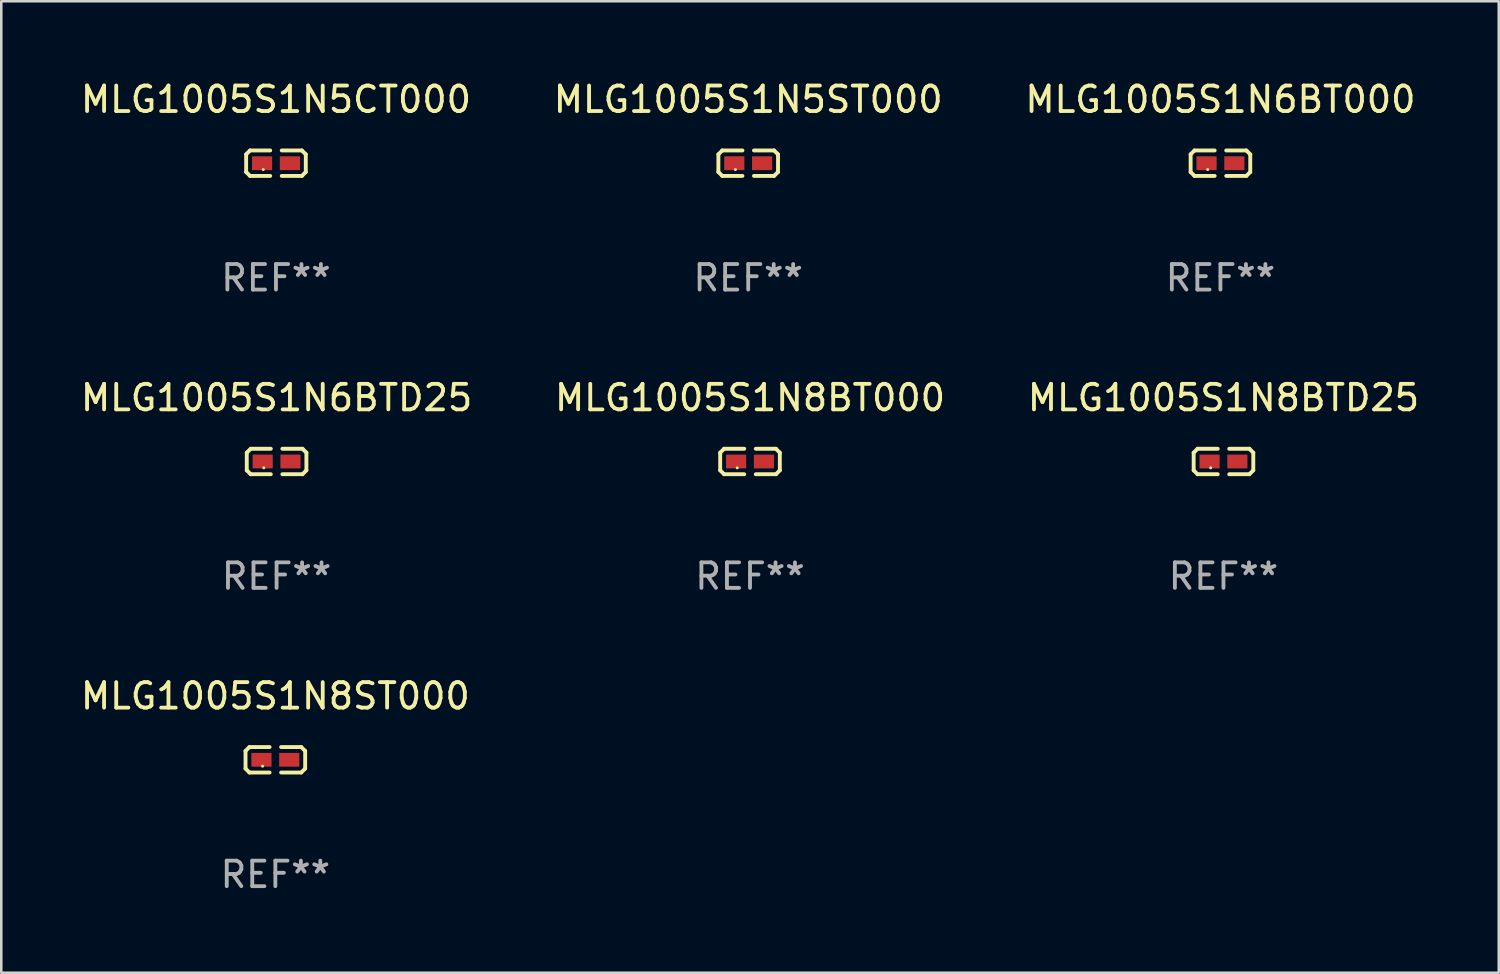
<source format=kicad_pcb>
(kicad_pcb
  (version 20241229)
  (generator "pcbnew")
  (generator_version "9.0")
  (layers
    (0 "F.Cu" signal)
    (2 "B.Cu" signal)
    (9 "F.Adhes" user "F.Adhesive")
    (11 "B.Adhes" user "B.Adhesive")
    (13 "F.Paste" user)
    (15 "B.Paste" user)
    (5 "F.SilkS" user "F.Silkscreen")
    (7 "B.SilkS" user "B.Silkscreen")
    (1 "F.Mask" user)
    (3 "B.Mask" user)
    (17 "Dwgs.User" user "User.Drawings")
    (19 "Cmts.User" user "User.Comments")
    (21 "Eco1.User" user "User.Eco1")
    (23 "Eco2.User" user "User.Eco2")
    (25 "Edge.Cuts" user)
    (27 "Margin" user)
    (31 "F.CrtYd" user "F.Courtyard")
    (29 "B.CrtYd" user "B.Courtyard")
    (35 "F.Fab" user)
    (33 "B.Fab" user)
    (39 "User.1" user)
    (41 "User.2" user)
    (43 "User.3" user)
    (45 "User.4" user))
  (footprint "MLG1005S1N6BTD25"
    (layer "F.Cu")
    (at 7.792 15.041)
    (property "Reference" "MLG1005S1N6BTD25" (at 0 -2.499 0) (layer "F.SilkS") (effects (font (size 1 1) (thickness 0.15))))
    (attr through_hole)
    (fp_line (start -1.169 -0.346) (end -1.016 -0.499) (stroke (width 0.152) (type solid)) (layer "F.SilkS"))
    (fp_line (start -1.169 0.346) (end -1.169 -0.346) (stroke (width 0.152) (type solid)) (layer "F.SilkS"))
    (fp_line (start -1.016 -0.499) (end -0.226 -0.499) (stroke (width 0.152) (type solid)) (layer "F.SilkS"))
    (fp_line (start -1.016 0.499) (end -1.169 0.346) (stroke (width 0.152) (type solid)) (layer "F.SilkS"))
    (fp_line (start -0.226 0.499) (end -1.016 0.499) (stroke (width 0.152) (type solid)) (layer "F.SilkS"))
    (fp_line (start 0.226 0.499) (end 1.016 0.499) (stroke (width 0.152) (type solid)) (layer "F.SilkS"))
    (fp_line (start 1.016 -0.499) (end 0.226 -0.499) (stroke (width 0.152) (type solid)) (layer "F.SilkS"))
    (fp_line (start 1.016 0.499) (end 1.169 0.346) (stroke (width 0.152) (type solid)) (layer "F.SilkS"))
    (fp_line (start 1.169 -0.346) (end 1.016 -0.499) (stroke (width 0.152) (type solid)) (layer "F.SilkS"))
    (fp_line (start 1.169 0.346) (end 1.169 -0.346) (stroke (width 0.152) (type solid)) (layer "F.SilkS"))
    (fp_circle (center -0.5 0.25) (end -0.47 0.25) (stroke (width 0.06) (type solid)) (fill no) (layer "F.SilkS"))
    (fp_text user "REF**" (at 0 4.499 0) (layer "F.Fab") (effects (font (size 1 1) (thickness 0.15))))
    (pad "1" smd rect (at -0.545 0) (size 0.79 0.54) (layers "F.Cu" "F.Mask" "F.Paste"))
    (pad "2" smd rect (at 0.545 0) (size 0.79 0.54) (layers "F.Cu" "F.Mask" "F.Paste")))
  (footprint "MLG1005S1N8BT000"
    (layer "F.Cu")
    (at 26.351 15.041)
    (property "Reference" "MLG1005S1N8BT000" (at 0 -2.499 0) (layer "F.SilkS") (effects (font (size 1 1) (thickness 0.15))))
    (attr through_hole)
    (fp_line (start -1.169 -0.346) (end -1.016 -0.499) (stroke (width 0.152) (type solid)) (layer "F.SilkS"))
    (fp_line (start -1.169 0.346) (end -1.169 -0.346) (stroke (width 0.152) (type solid)) (layer "F.SilkS"))
    (fp_line (start -1.016 -0.499) (end -0.226 -0.499) (stroke (width 0.152) (type solid)) (layer "F.SilkS"))
    (fp_line (start -1.016 0.499) (end -1.169 0.346) (stroke (width 0.152) (type solid)) (layer "F.SilkS"))
    (fp_line (start -0.226 0.499) (end -1.016 0.499) (stroke (width 0.152) (type solid)) (layer "F.SilkS"))
    (fp_line (start 0.226 0.499) (end 1.016 0.499) (stroke (width 0.152) (type solid)) (layer "F.SilkS"))
    (fp_line (start 1.016 -0.499) (end 0.226 -0.499) (stroke (width 0.152) (type solid)) (layer "F.SilkS"))
    (fp_line (start 1.016 0.499) (end 1.169 0.346) (stroke (width 0.152) (type solid)) (layer "F.SilkS"))
    (fp_line (start 1.169 -0.346) (end 1.016 -0.499) (stroke (width 0.152) (type solid)) (layer "F.SilkS"))
    (fp_line (start 1.169 0.346) (end 1.169 -0.346) (stroke (width 0.152) (type solid)) (layer "F.SilkS"))
    (fp_circle (center -0.5 0.25) (end -0.47 0.25) (stroke (width 0.06) (type solid)) (fill no) (layer "F.SilkS"))
    (fp_text user "REF**" (at 0 4.499 0) (layer "F.Fab") (effects (font (size 1 1) (thickness 0.15))))
    (pad "1" smd rect (at -0.545 0) (size 0.79 0.54) (layers "F.Cu" "F.Mask" "F.Paste"))
    (pad "2" smd rect (at 0.545 0) (size 0.79 0.54) (layers "F.Cu" "F.Mask" "F.Paste")))
  (footprint "MLG1005S1N5ST000"
    (layer "F.Cu")
    (at 26.28 3.347)
    (property "Reference" "MLG1005S1N5ST000" (at 0 -2.499 0) (layer "F.SilkS") (effects (font (size 1 1) (thickness 0.15))))
    (attr through_hole)
    (fp_line (start -1.169 -0.346) (end -1.016 -0.499) (stroke (width 0.152) (type solid)) (layer "F.SilkS"))
    (fp_line (start -1.169 0.346) (end -1.169 -0.346) (stroke (width 0.152) (type solid)) (layer "F.SilkS"))
    (fp_line (start -1.016 -0.499) (end -0.226 -0.499) (stroke (width 0.152) (type solid)) (layer "F.SilkS"))
    (fp_line (start -1.016 0.499) (end -1.169 0.346) (stroke (width 0.152) (type solid)) (layer "F.SilkS"))
    (fp_line (start -0.226 0.499) (end -1.016 0.499) (stroke (width 0.152) (type solid)) (layer "F.SilkS"))
    (fp_line (start 0.226 0.499) (end 1.016 0.499) (stroke (width 0.152) (type solid)) (layer "F.SilkS"))
    (fp_line (start 1.016 -0.499) (end 0.226 -0.499) (stroke (width 0.152) (type solid)) (layer "F.SilkS"))
    (fp_line (start 1.016 0.499) (end 1.169 0.346) (stroke (width 0.152) (type solid)) (layer "F.SilkS"))
    (fp_line (start 1.169 -0.346) (end 1.016 -0.499) (stroke (width 0.152) (type solid)) (layer "F.SilkS"))
    (fp_line (start 1.169 0.346) (end 1.169 -0.346) (stroke (width 0.152) (type solid)) (layer "F.SilkS"))
    (fp_circle (center -0.5 0.25) (end -0.47 0.25) (stroke (width 0.06) (type solid)) (fill no) (layer "F.SilkS"))
    (fp_text user "REF**" (at 0 4.499 0) (layer "F.Fab") (effects (font (size 1 1) (thickness 0.15))))
    (pad "1" smd rect (at -0.545 0) (size 0.79 0.54) (layers "F.Cu" "F.Mask" "F.Paste"))
    (pad "2" smd rect (at 0.545 0) (size 0.79 0.54) (layers "F.Cu" "F.Mask" "F.Paste")))
  (footprint "MLG1005S1N6BT000"
    (layer "F.Cu")
    (at 44.792 3.347)
    (property "Reference" "MLG1005S1N6BT000" (at 0 -2.499 0) (layer "F.SilkS") (effects (font (size 1 1) (thickness 0.15))))
    (attr through_hole)
    (fp_line (start -1.169 -0.346) (end -1.016 -0.499) (stroke (width 0.152) (type solid)) (layer "F.SilkS"))
    (fp_line (start -1.169 0.346) (end -1.169 -0.346) (stroke (width 0.152) (type solid)) (layer "F.SilkS"))
    (fp_line (start -1.016 -0.499) (end -0.226 -0.499) (stroke (width 0.152) (type solid)) (layer "F.SilkS"))
    (fp_line (start -1.016 0.499) (end -1.169 0.346) (stroke (width 0.152) (type solid)) (layer "F.SilkS"))
    (fp_line (start -0.226 0.499) (end -1.016 0.499) (stroke (width 0.152) (type solid)) (layer "F.SilkS"))
    (fp_line (start 0.226 0.499) (end 1.016 0.499) (stroke (width 0.152) (type solid)) (layer "F.SilkS"))
    (fp_line (start 1.016 -0.499) (end 0.226 -0.499) (stroke (width 0.152) (type solid)) (layer "F.SilkS"))
    (fp_line (start 1.016 0.499) (end 1.169 0.346) (stroke (width 0.152) (type solid)) (layer "F.SilkS"))
    (fp_line (start 1.169 -0.346) (end 1.016 -0.499) (stroke (width 0.152) (type solid)) (layer "F.SilkS"))
    (fp_line (start 1.169 0.346) (end 1.169 -0.346) (stroke (width 0.152) (type solid)) (layer "F.SilkS"))
    (fp_circle (center -0.5 0.25) (end -0.47 0.25) (stroke (width 0.06) (type solid)) (fill no) (layer "F.SilkS"))
    (fp_text user "REF**" (at 0 4.499 0) (layer "F.Fab") (effects (font (size 1 1) (thickness 0.15))))
    (pad "1" smd rect (at -0.545 0) (size 0.79 0.54) (layers "F.Cu" "F.Mask" "F.Paste"))
    (pad "2" smd rect (at 0.545 0) (size 0.79 0.54) (layers "F.Cu" "F.Mask" "F.Paste")))
  (footprint "MLG1005S1N8BTD25"
    (layer "F.Cu")
    (at 44.911 15.041)
    (property "Reference" "MLG1005S1N8BTD25" (at 0 -2.499 0) (layer "F.SilkS") (effects (font (size 1 1) (thickness 0.15))))
    (attr through_hole)
    (fp_line (start -1.169 -0.346) (end -1.016 -0.499) (stroke (width 0.152) (type solid)) (layer "F.SilkS"))
    (fp_line (start -1.169 0.346) (end -1.169 -0.346) (stroke (width 0.152) (type solid)) (layer "F.SilkS"))
    (fp_line (start -1.016 -0.499) (end -0.226 -0.499) (stroke (width 0.152) (type solid)) (layer "F.SilkS"))
    (fp_line (start -1.016 0.499) (end -1.169 0.346) (stroke (width 0.152) (type solid)) (layer "F.SilkS"))
    (fp_line (start -0.226 0.499) (end -1.016 0.499) (stroke (width 0.152) (type solid)) (layer "F.SilkS"))
    (fp_line (start 0.226 0.499) (end 1.016 0.499) (stroke (width 0.152) (type solid)) (layer "F.SilkS"))
    (fp_line (start 1.016 -0.499) (end 0.226 -0.499) (stroke (width 0.152) (type solid)) (layer "F.SilkS"))
    (fp_line (start 1.016 0.499) (end 1.169 0.346) (stroke (width 0.152) (type solid)) (layer "F.SilkS"))
    (fp_line (start 1.169 -0.346) (end 1.016 -0.499) (stroke (width 0.152) (type solid)) (layer "F.SilkS"))
    (fp_line (start 1.169 0.346) (end 1.169 -0.346) (stroke (width 0.152) (type solid)) (layer "F.SilkS"))
    (fp_circle (center -0.5 0.25) (end -0.47 0.25) (stroke (width 0.06) (type solid)) (fill no) (layer "F.SilkS"))
    (fp_text user "REF**" (at 0 4.499 0) (layer "F.Fab") (effects (font (size 1 1) (thickness 0.15))))
    (pad "1" smd rect (at -0.545 0) (size 0.79 0.54) (layers "F.Cu" "F.Mask" "F.Paste"))
    (pad "2" smd rect (at 0.545 0) (size 0.79 0.54) (layers "F.Cu" "F.Mask" "F.Paste")))
  (footprint "MLG1005S1N5CT000"
    (layer "F.Cu")
    (at 7.768 3.347)
    (property "Reference" "MLG1005S1N5CT000" (at 0 -2.499 0) (layer "F.SilkS") (effects (font (size 1 1) (thickness 0.15))))
    (attr through_hole)
    (fp_line (start -1.169 -0.346) (end -1.016 -0.499) (stroke (width 0.152) (type solid)) (layer "F.SilkS"))
    (fp_line (start -1.169 0.346) (end -1.169 -0.346) (stroke (width 0.152) (type solid)) (layer "F.SilkS"))
    (fp_line (start -1.016 -0.499) (end -0.226 -0.499) (stroke (width 0.152) (type solid)) (layer "F.SilkS"))
    (fp_line (start -1.016 0.499) (end -1.169 0.346) (stroke (width 0.152) (type solid)) (layer "F.SilkS"))
    (fp_line (start -0.226 0.499) (end -1.016 0.499) (stroke (width 0.152) (type solid)) (layer "F.SilkS"))
    (fp_line (start 0.226 0.499) (end 1.016 0.499) (stroke (width 0.152) (type solid)) (layer "F.SilkS"))
    (fp_line (start 1.016 -0.499) (end 0.226 -0.499) (stroke (width 0.152) (type solid)) (layer "F.SilkS"))
    (fp_line (start 1.016 0.499) (end 1.169 0.346) (stroke (width 0.152) (type solid)) (layer "F.SilkS"))
    (fp_line (start 1.169 -0.346) (end 1.016 -0.499) (stroke (width 0.152) (type solid)) (layer "F.SilkS"))
    (fp_line (start 1.169 0.346) (end 1.169 -0.346) (stroke (width 0.152) (type solid)) (layer "F.SilkS"))
    (fp_circle (center -0.5 0.25) (end -0.47 0.25) (stroke (width 0.06) (type solid)) (fill no) (layer "F.SilkS"))
    (fp_text user "REF**" (at 0 4.499 0) (layer "F.Fab") (effects (font (size 1 1) (thickness 0.15))))
    (pad "1" smd rect (at -0.545 0) (size 0.79 0.54) (layers "F.Cu" "F.Mask" "F.Paste"))
    (pad "2" smd rect (at 0.545 0) (size 0.79 0.54) (layers "F.Cu" "F.Mask" "F.Paste")))
  (footprint "MLG1005S1N8ST000"
    (layer "F.Cu")
    (at 7.744 26.734)
    (property "Reference" "MLG1005S1N8ST000" (at 0 -2.499 0) (layer "F.SilkS") (effects (font (size 1 1) (thickness 0.15))))
    (attr through_hole)
    (fp_line (start -1.169 -0.346) (end -1.016 -0.499) (stroke (width 0.152) (type solid)) (layer "F.SilkS"))
    (fp_line (start -1.169 0.346) (end -1.169 -0.346) (stroke (width 0.152) (type solid)) (layer "F.SilkS"))
    (fp_line (start -1.016 -0.499) (end -0.226 -0.499) (stroke (width 0.152) (type solid)) (layer "F.SilkS"))
    (fp_line (start -1.016 0.499) (end -1.169 0.346) (stroke (width 0.152) (type solid)) (layer "F.SilkS"))
    (fp_line (start -0.226 0.499) (end -1.016 0.499) (stroke (width 0.152) (type solid)) (layer "F.SilkS"))
    (fp_line (start 0.226 0.499) (end 1.016 0.499) (stroke (width 0.152) (type solid)) (layer "F.SilkS"))
    (fp_line (start 1.016 -0.499) (end 0.226 -0.499) (stroke (width 0.152) (type solid)) (layer "F.SilkS"))
    (fp_line (start 1.016 0.499) (end 1.169 0.346) (stroke (width 0.152) (type solid)) (layer "F.SilkS"))
    (fp_line (start 1.169 -0.346) (end 1.016 -0.499) (stroke (width 0.152) (type solid)) (layer "F.SilkS"))
    (fp_line (start 1.169 0.346) (end 1.169 -0.346) (stroke (width 0.152) (type solid)) (layer "F.SilkS"))
    (fp_circle (center -0.5 0.25) (end -0.47 0.25) (stroke (width 0.06) (type solid)) (fill no) (layer "F.SilkS"))
    (fp_text user "REF**" (at 0 4.499 0) (layer "F.Fab") (effects (font (size 1 1) (thickness 0.15))))
    (pad "1" smd rect (at -0.545 0) (size 0.79 0.54) (layers "F.Cu" "F.Mask" "F.Paste"))
    (pad "2" smd rect (at 0.545 0) (size 0.79 0.54) (layers "F.Cu" "F.Mask" "F.Paste")))
  (gr_rect
    (start -3 -3)
    (end 55.702 35.081)
    (stroke (width 0.1) (type default))
    (fill no)
    (layer "Edge.Cuts")))
</source>
